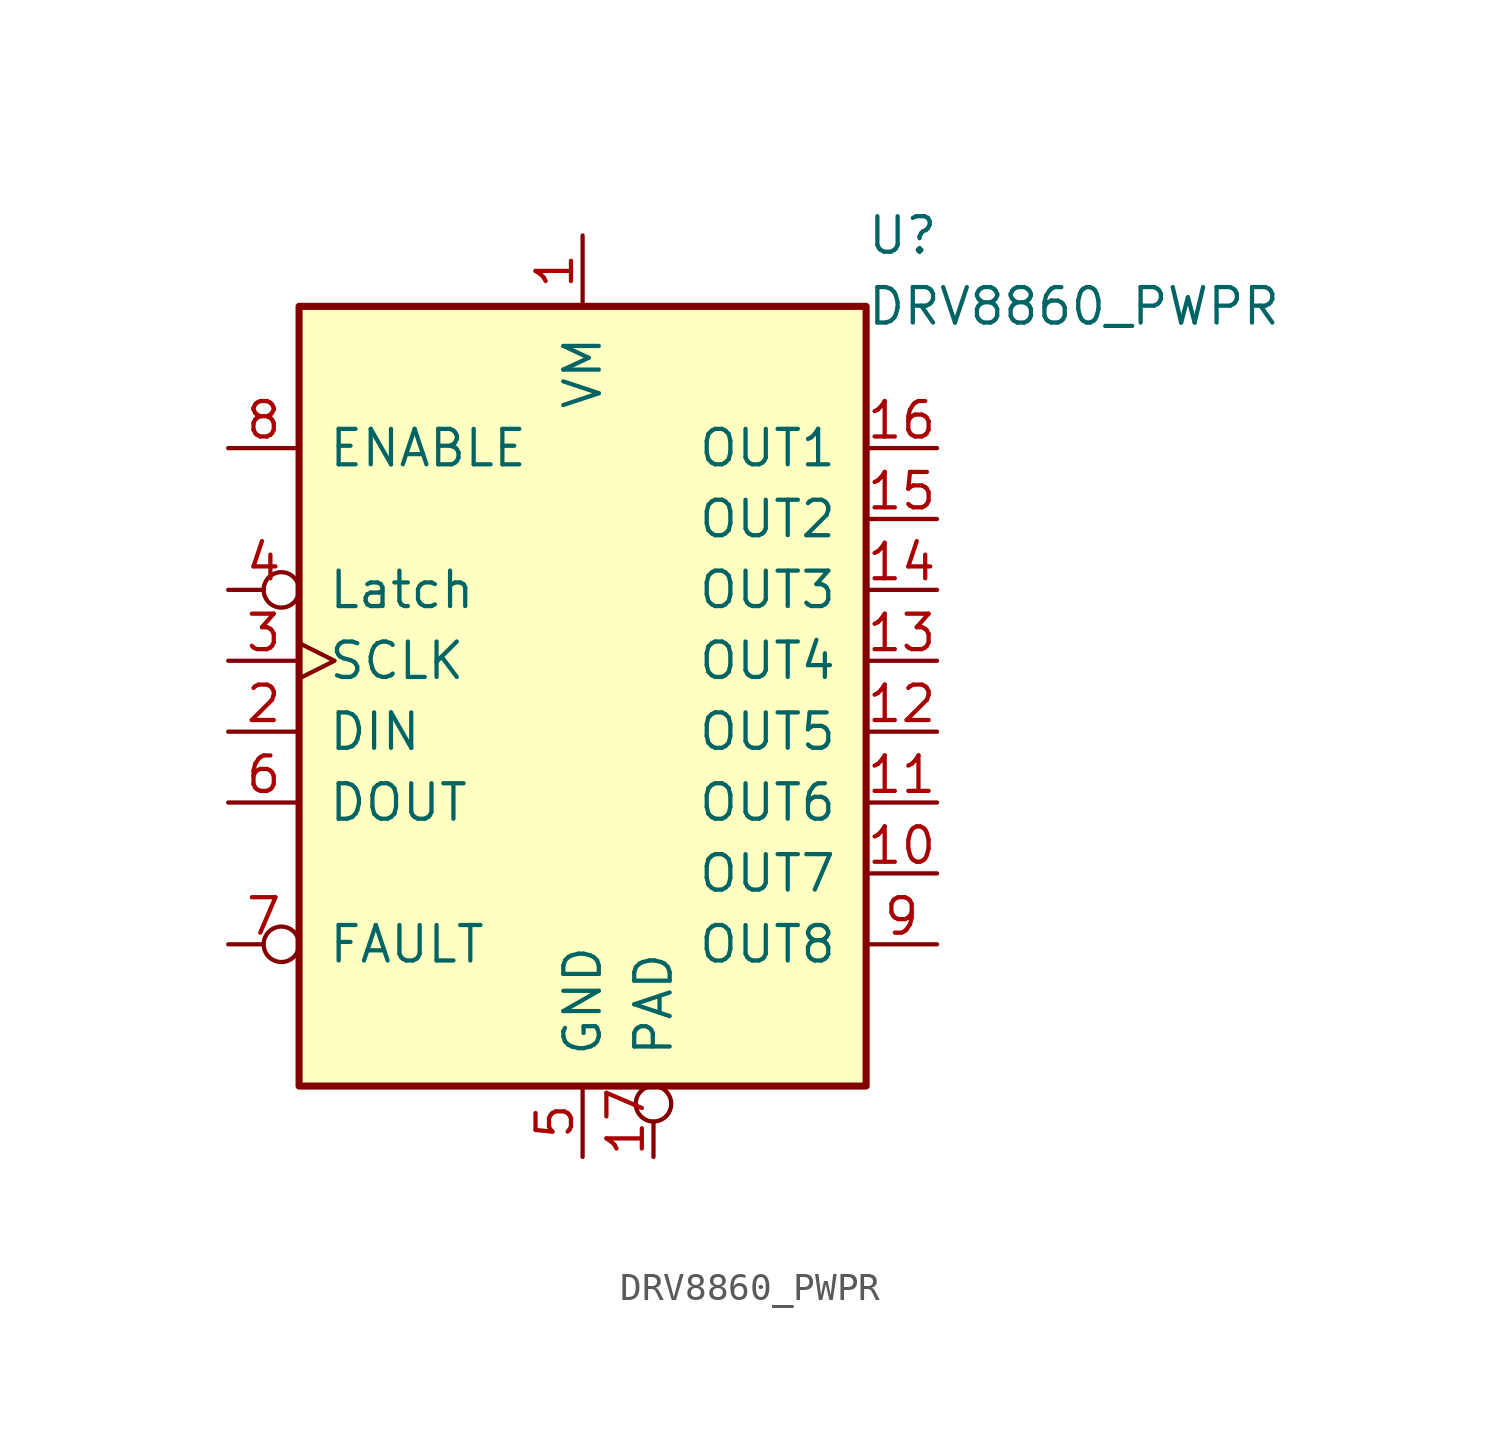
<source format=kicad_sym>
(kicad_symbol_lib
  (version 20211014)
  (generator kicad_symbol_editor)
  (symbol "DRV8860_PWPR"
    (pin_names
      (offset 1.016))
    (property "Reference" "U"
      (at 10.16 17.78 0)
      (effects (font (size 1.27 1.27)) (justify left)))
    (property "Value" "DRV8860_PWPR"
      (at 10.16 15.24 0)
      (effects (font (size 1.27 1.27)) (justify left)))
    (symbol "DRV8860_PWPR_0_1"
      (rectangle (start -10.16 15.24) (end 10.16 -12.7) (stroke (width 0.254) (type default) (color 0 0 0 0)) (fill (type background))))
    (symbol "DRV8860_PWPR_1_1"
      (pin power_in line (at 0 17.78 270) (length 2.54) (name "VM" (effects (font (size 1.27 1.27)))) (number "1" (effects (font (size 1.27 1.27)))))
      (pin output line (at 12.7 -5.08 180) (length 2.54) (name "OUT7" (effects (font (size 1.27 1.27)))) (number "10" (effects (font (size 1.27 1.27)))))
      (pin output line (at 12.7 -2.54 180) (length 2.54) (name "OUT6" (effects (font (size 1.27 1.27)))) (number "11" (effects (font (size 1.27 1.27)))))
      (pin output line (at 12.7 0 180) (length 2.54) (name "OUT5" (effects (font (size 1.27 1.27)))) (number "12" (effects (font (size 1.27 1.27)))))
      (pin output line (at 12.7 2.54 180) (length 2.54) (name "OUT4" (effects (font (size 1.27 1.27)))) (number "13" (effects (font (size 1.27 1.27)))))
      (pin output line (at 12.7 5.08 180) (length 2.54) (name "OUT3" (effects (font (size 1.27 1.27)))) (number "14" (effects (font (size 1.27 1.27)))))
      (pin output line (at 12.7 7.62 180) (length 2.54) (name "OUT2" (effects (font (size 1.27 1.27)))) (number "15" (effects (font (size 1.27 1.27)))))
      (pin output line (at 12.7 10.16 180) (length 2.54) (name "OUT1" (effects (font (size 1.27 1.27)))) (number "16" (effects (font (size 1.27 1.27)))))
      (pin power_in inverted (at 2.54 -15.24 90) (length 2.54) (name "PAD" (effects (font (size 1.27 1.27)))) (number "17" (effects (font (size 1.27 1.27)))))
      (pin input line (at -12.7 0 0) (length 2.54) (name "DIN" (effects (font (size 1.27 1.27)))) (number "2" (effects (font (size 1.27 1.27)))))
      (pin input clock (at -12.7 2.54 0) (length 2.54) (name "SCLK" (effects (font (size 1.27 1.27)))) (number "3" (effects (font (size 1.27 1.27)))))
      (pin input inverted (at -12.7 5.08 0) (length 2.54) (name "Latch" (effects (font (size 1.27 1.27)))) (number "4" (effects (font (size 1.27 1.27)))))
      (pin power_in line (at 0 -15.24 90) (length 2.54) (name "GND" (effects (font (size 1.27 1.27)))) (number "5" (effects (font (size 1.27 1.27)))))
      (pin output line (at -12.7 -2.54 0) (length 2.54) (name "DOUT" (effects (font (size 1.27 1.27)))) (number "6" (effects (font (size 1.27 1.27)))))
      (pin open_collector inverted (at -12.7 -7.62 0) (length 2.54) (name "FAULT" (effects (font (size 1.27 1.27)))) (number "7" (effects (font (size 1.27 1.27)))))
      (pin input line (at -12.7 10.16 0) (length 2.54) (name "ENABLE" (effects (font (size 1.27 1.27)))) (number "8" (effects (font (size 1.27 1.27)))))
      (pin output line (at 12.7 -7.62 180) (length 2.54) (name "OUT8" (effects (font (size 1.27 1.27)))) (number "9" (effects (font (size 1.27 1.27))))))))
</source>
